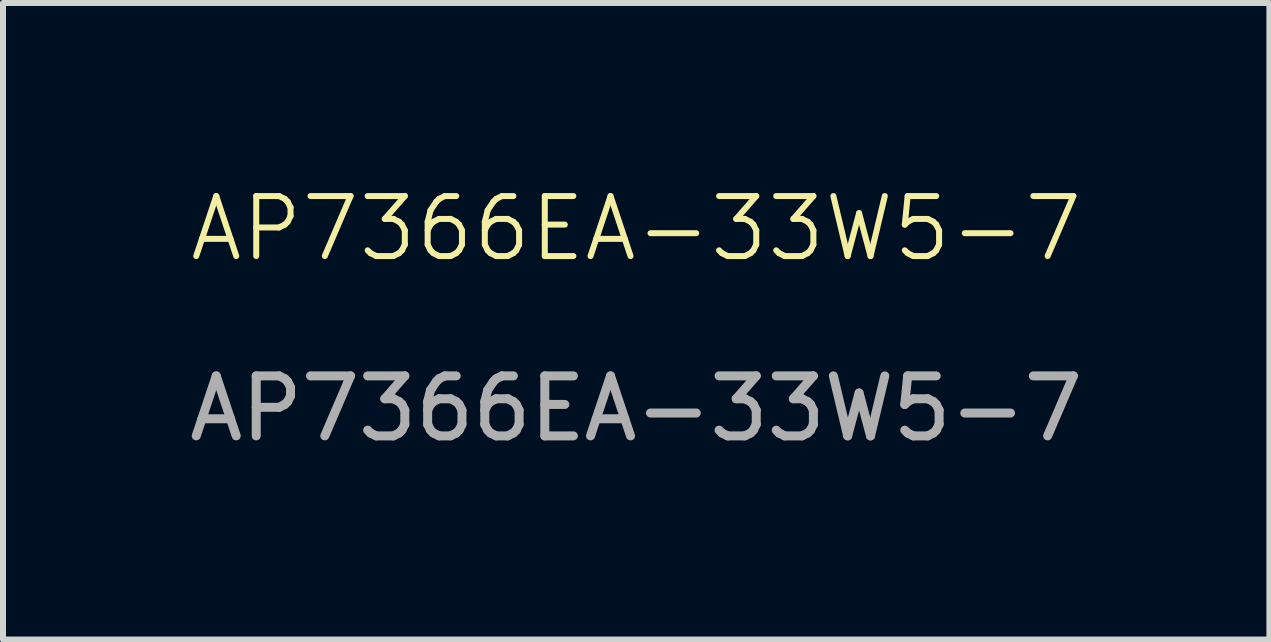
<source format=kicad_pcb>
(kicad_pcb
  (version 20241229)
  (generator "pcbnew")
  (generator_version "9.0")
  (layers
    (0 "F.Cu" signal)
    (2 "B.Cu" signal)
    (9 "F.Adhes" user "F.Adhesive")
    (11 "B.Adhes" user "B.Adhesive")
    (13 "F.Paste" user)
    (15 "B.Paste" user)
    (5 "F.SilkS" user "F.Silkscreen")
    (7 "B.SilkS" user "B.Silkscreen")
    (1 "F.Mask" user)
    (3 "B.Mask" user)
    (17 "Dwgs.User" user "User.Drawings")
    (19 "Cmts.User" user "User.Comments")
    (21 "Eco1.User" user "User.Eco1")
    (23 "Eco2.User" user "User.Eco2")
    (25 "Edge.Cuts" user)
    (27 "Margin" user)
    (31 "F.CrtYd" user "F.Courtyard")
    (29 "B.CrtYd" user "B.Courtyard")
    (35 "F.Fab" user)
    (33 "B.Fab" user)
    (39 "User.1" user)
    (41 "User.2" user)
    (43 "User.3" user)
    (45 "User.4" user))
  (footprint "AP7366EA-33W5-7"
    (layer "F.Cu")
    (at 7.554 1.26)
    (property "Reference" "AP7366EA-33W5-7" (at 0 -0.5 0) (unlocked yes) (layer "F.SilkS") (effects (font (size 1 1) (thickness 0.1))))
    (attr smd)
    (fp_text user "${REFERENCE}" (at 0 2.5 0) (unlocked yes) (layer "F.Fab") (effects (font (size 1 1) (thickness 0.15)))))
  (gr_rect
    (start -3 -3)
    (end 18.107 7.609)
    (stroke (width 0.1) (type default))
    (fill no)
    (layer "Edge.Cuts")))
</source>
